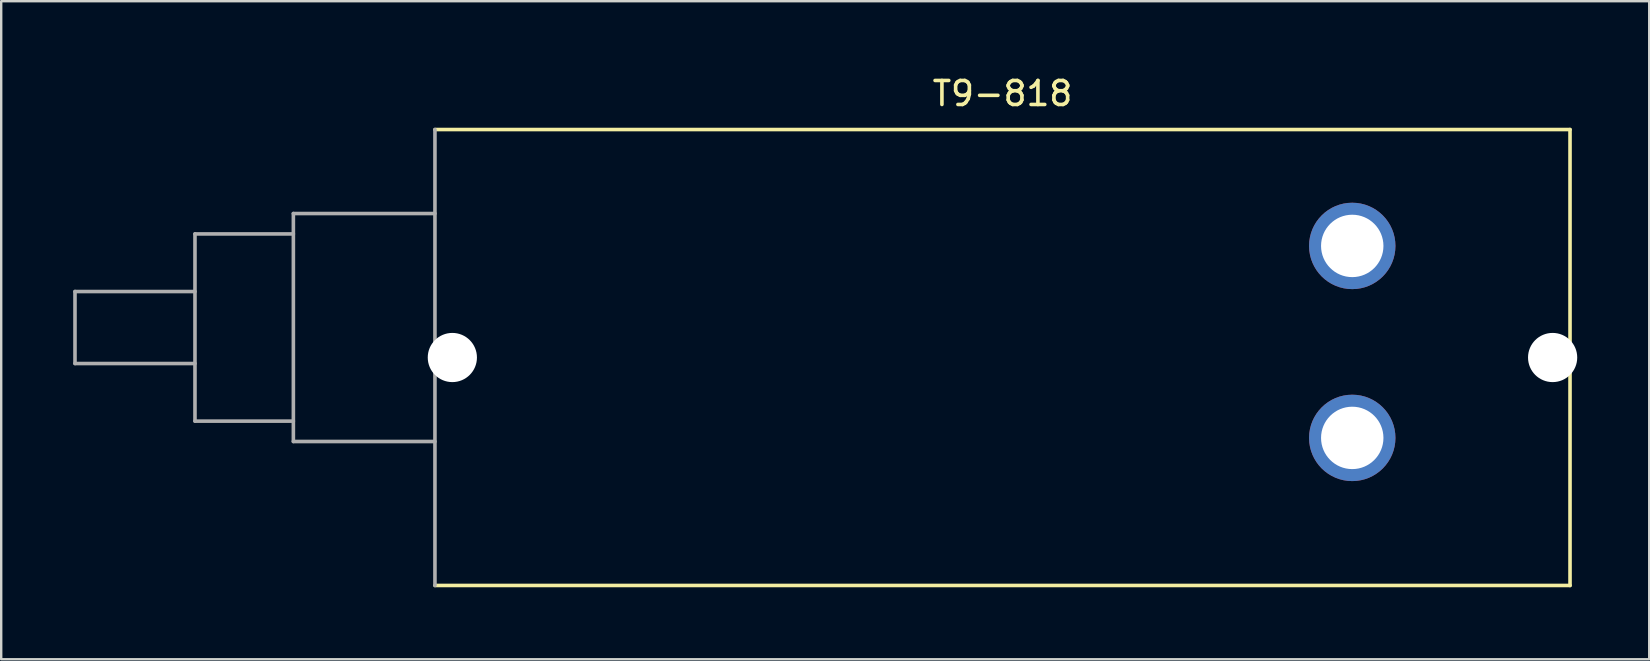
<source format=kicad_pcb>
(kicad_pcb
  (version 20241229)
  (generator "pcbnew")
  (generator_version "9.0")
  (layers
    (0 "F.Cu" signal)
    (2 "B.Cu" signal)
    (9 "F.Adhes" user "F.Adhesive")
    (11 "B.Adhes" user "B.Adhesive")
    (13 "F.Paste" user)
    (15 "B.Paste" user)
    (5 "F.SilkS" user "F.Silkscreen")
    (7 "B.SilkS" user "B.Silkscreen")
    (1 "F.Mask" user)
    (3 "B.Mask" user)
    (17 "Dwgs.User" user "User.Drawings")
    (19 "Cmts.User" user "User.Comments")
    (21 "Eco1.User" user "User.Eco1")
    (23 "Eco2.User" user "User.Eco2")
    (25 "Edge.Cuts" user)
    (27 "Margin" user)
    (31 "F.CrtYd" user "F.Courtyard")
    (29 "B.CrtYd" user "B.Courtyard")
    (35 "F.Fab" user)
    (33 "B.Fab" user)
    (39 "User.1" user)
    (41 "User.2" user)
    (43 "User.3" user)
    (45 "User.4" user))
  (footprint "T9-818"
    (layer "F.Cu")
    (at 38.725 11.848)
    (property "Reference" "T9-818" (at 0 -11 0) (layer "F.SilkS") (effects (font (size 1 1) (thickness 0.15))))
    (attr through_hole)
    (fp_line (start -23.65 -9.5) (end 23.65 -9.5) (stroke (width 0.15) (type solid)) (layer "F.SilkS"))
    (fp_line (start 23.65 -9.5) (end 23.65 9.5) (stroke (width 0.15) (type solid)) (layer "F.SilkS"))
    (fp_line (start 23.65 9.5) (end -23.65 9.5) (stroke (width 0.15) (type solid)) (layer "F.SilkS"))
    (fp_line (start -38.65 -2.75) (end -38.65 0.25) (stroke (width 0.15) (type solid)) (layer "F.Fab"))
    (fp_line (start -38.65 0.25) (end -33.65 0.25) (stroke (width 0.15) (type solid)) (layer "F.Fab"))
    (fp_line (start -33.65 -5.15) (end -33.65 2.65) (stroke (width 0.15) (type solid)) (layer "F.Fab"))
    (fp_line (start -33.65 -5.15) (end -29.55 -5.15) (stroke (width 0.15) (type solid)) (layer "F.Fab"))
    (fp_line (start -33.65 -2.75) (end -38.65 -2.75) (stroke (width 0.15) (type solid)) (layer "F.Fab"))
    (fp_line (start -33.65 2.65) (end -29.55 2.65) (stroke (width 0.15) (type solid)) (layer "F.Fab"))
    (fp_line (start -29.55 -6) (end -29.55 3.5) (stroke (width 0.15) (type solid)) (layer "F.Fab"))
    (fp_line (start -29.55 3.5) (end -23.65 3.5) (stroke (width 0.15) (type solid)) (layer "F.Fab"))
    (fp_line (start -23.65 -6) (end -29.55 -6) (stroke (width 0.15) (type solid)) (layer "F.Fab"))
    (fp_line (start -23.65 9.5) (end -23.65 -9.5) (stroke (width 0.15) (type solid)) (layer "F.Fab"))
    (pad "" np_thru_hole circle (at -22.925 0) (size 2.05 2.05) (drill 2.05) (layers "*.Cu" "*.Mask"))
    (pad "" np_thru_hole circle (at 22.925 0) (size 2.05 2.05) (drill 2.05) (layers "*.Cu" "*.Mask"))
    (pad "1" thru_hole circle (at 14.575 -4.65) (size 3.6 3.6) (drill 2.6) (layers "*.Cu" "*.Mask"))
    (pad "2" thru_hole circle (at 14.575 3.35) (size 3.6 3.6) (drill 2.6) (layers "*.Cu" "*.Mask")))
  (gr_rect
    (start -3 -3)
    (end 65.675 24.423)
    (stroke (width 0.1) (type default))
    (fill no)
    (layer "Edge.Cuts")))
</source>
